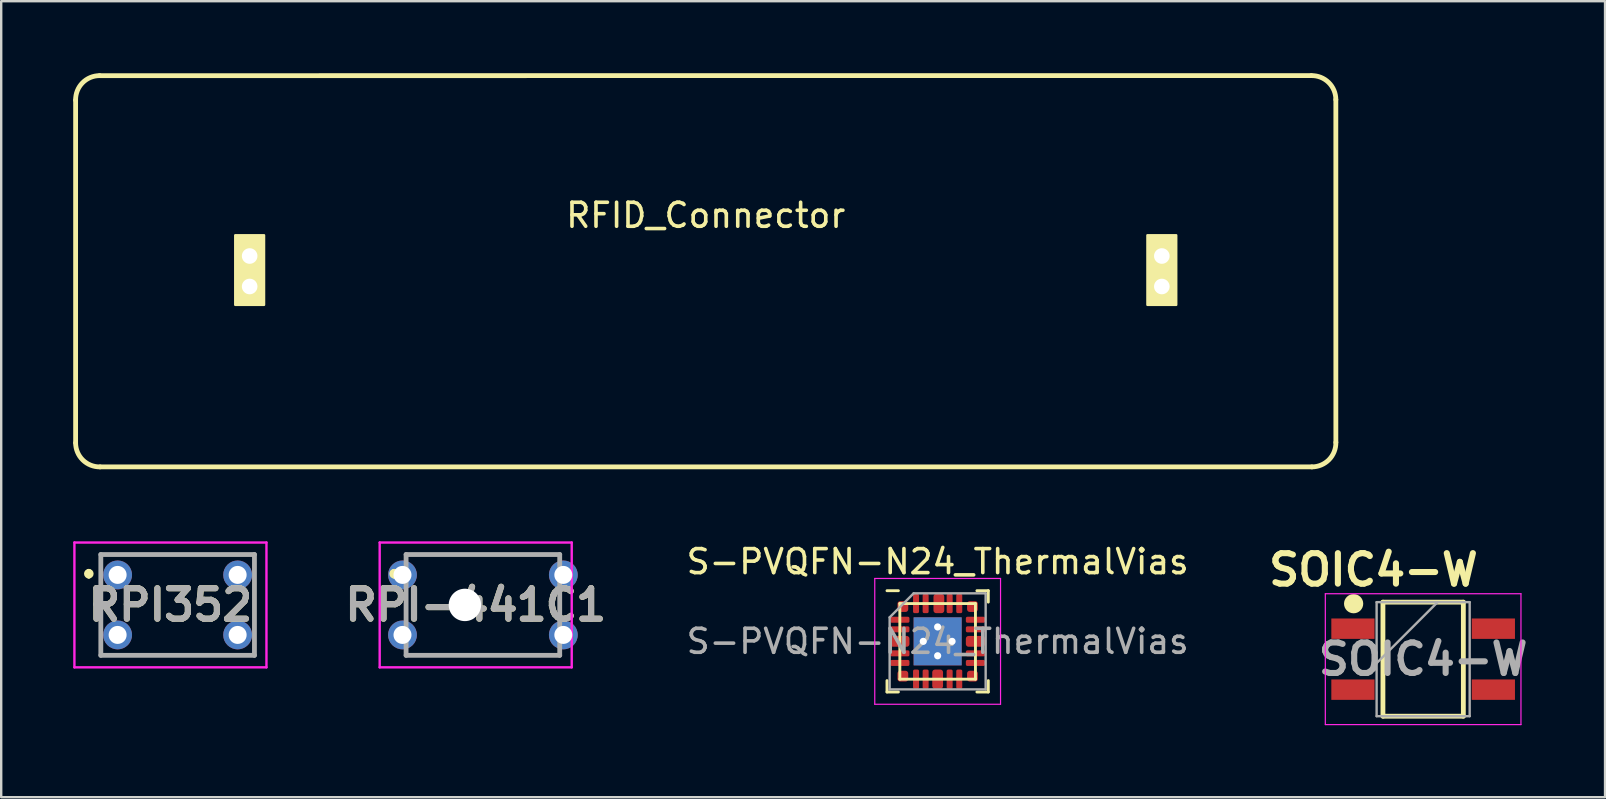
<source format=kicad_pcb>
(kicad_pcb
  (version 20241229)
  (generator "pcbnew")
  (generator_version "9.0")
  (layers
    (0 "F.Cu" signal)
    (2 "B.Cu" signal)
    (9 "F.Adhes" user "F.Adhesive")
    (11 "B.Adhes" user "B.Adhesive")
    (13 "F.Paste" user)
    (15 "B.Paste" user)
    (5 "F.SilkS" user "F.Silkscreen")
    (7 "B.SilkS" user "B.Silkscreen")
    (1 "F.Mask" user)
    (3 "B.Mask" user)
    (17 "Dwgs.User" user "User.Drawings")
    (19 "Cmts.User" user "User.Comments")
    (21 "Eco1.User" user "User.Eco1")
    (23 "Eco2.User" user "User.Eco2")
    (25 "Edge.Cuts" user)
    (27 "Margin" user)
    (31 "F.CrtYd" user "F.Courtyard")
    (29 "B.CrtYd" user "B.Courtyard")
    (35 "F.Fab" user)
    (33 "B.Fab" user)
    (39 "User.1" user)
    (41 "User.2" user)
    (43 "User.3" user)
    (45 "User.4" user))
  (footprint "S-PVQFN-N24_ThermalVias"
    (layer "F.Cu")
    (at 36.011 23.668)
    (property "Reference" "S-PVQFN-N24_ThermalVias" (at 0 -3.32 0) (layer "F.SilkS") (effects (font (size 1 1) (thickness 0.15))))
    (attr smd)
    (fp_line (start -2.11 2.11) (end -2.11 1.635) (stroke (width 0.12) (type solid)) (layer "F.SilkS"))
    (fp_line (start -1.635 -2.11) (end -2.11 -2.11) (stroke (width 0.12) (type solid)) (layer "F.SilkS"))
    (fp_line (start -1.635 2.11) (end -2.11 2.11) (stroke (width 0.12) (type solid)) (layer "F.SilkS"))
    (fp_line (start -1.575 -1.575) (end 1.575 -1.575) (stroke (width 0.12) (type solid)) (layer "F.SilkS"))
    (fp_line (start -1.575 1.575) (end -1.575 -1.575) (stroke (width 0.12) (type solid)) (layer "F.SilkS"))
    (fp_line (start 1.575 -1.575) (end 1.575 1.575) (stroke (width 0.12) (type solid)) (layer "F.SilkS"))
    (fp_line (start 1.575 1.575) (end -1.575 1.575) (stroke (width 0.12) (type solid)) (layer "F.SilkS"))
    (fp_line (start 1.635 -2.11) (end 2.11 -2.11) (stroke (width 0.12) (type solid)) (layer "F.SilkS"))
    (fp_line (start 1.635 2.11) (end 2.11 2.11) (stroke (width 0.12) (type solid)) (layer "F.SilkS"))
    (fp_line (start 2.11 -2.11) (end 2.11 -1.635) (stroke (width 0.12) (type solid)) (layer "F.SilkS"))
    (fp_line (start 2.11 2.11) (end 2.11 1.635) (stroke (width 0.12) (type solid)) (layer "F.SilkS"))
    (fp_line (start -2.62 -2.62) (end -2.62 2.62) (stroke (width 0.05) (type solid)) (layer "F.CrtYd"))
    (fp_line (start -2.62 2.62) (end 2.62 2.62) (stroke (width 0.05) (type solid)) (layer "F.CrtYd"))
    (fp_line (start 2.62 -2.62) (end -2.62 -2.62) (stroke (width 0.05) (type solid)) (layer "F.CrtYd"))
    (fp_line (start 2.62 2.62) (end 2.62 -2.62) (stroke (width 0.05) (type solid)) (layer "F.CrtYd"))
    (fp_line (start -2 -1) (end -1 -2) (stroke (width 0.1) (type solid)) (layer "F.Fab"))
    (fp_line (start -2 2) (end -2 -1) (stroke (width 0.1) (type solid)) (layer "F.Fab"))
    (fp_line (start -1 -2) (end 2 -2) (stroke (width 0.1) (type solid)) (layer "F.Fab"))
    (fp_line (start 2 -2) (end 2 2) (stroke (width 0.1) (type solid)) (layer "F.Fab"))
    (fp_line (start 2 2) (end -2 2) (stroke (width 0.1) (type solid)) (layer "F.Fab"))
    (fp_text user "${REFERENCE}" (at 0 0 0) (layer "F.Fab") (effects (font (size 1 1) (thickness 0.15))))
    (pad "" smd roundrect (at -0.525 -0.525) (size 0.88 0.88) (layers "F.Paste") (roundrect_rratio 0.25))
    (pad "" smd roundrect (at -0.525 0.525) (size 0.88 0.88) (layers "F.Paste") (roundrect_rratio 0.25))
    (pad "" smd roundrect (at 0.525 -0.525) (size 0.88 0.88) (layers "F.Paste") (roundrect_rratio 0.25))
    (pad "" smd roundrect (at 0.525 0.525) (size 0.88 0.88) (layers "F.Paste") (roundrect_rratio 0.25))
    (pad "1" smd roundrect (at -1.575 -0.9) (size 0.8 0.25) (layers "F.Cu" "F.Mask" "F.Paste") (roundrect_rratio 0.25))
    (pad "2" smd roundrect (at -1.575 -0.5) (size 0.8 0.25) (layers "F.Cu" "F.Mask" "F.Paste") (roundrect_rratio 0.25))
    (pad "3" smd roundrect (at -1.575 0) (size 0.8 0.45) (layers "F.Cu" "F.Mask" "F.Paste") (roundrect_rratio 0.25))
    (pad "4" smd roundrect (at -1.575 0.5) (size 0.8 0.25) (layers "F.Cu" "F.Mask" "F.Paste") (roundrect_rratio 0.25))
    (pad "5" smd roundrect (at -1.575 0.9) (size 0.8 0.25) (layers "F.Cu" "F.Mask" "F.Paste") (roundrect_rratio 0.25))
    (pad "6" smd roundrect (at -1.45 1.45) (size 0.45 0.45) (layers "F.Cu" "F.Mask" "F.Paste") (roundrect_rratio 0.25))
    (pad "7" smd roundrect (at -0.9 1.575) (size 0.25 0.8) (layers "F.Cu" "F.Mask" "F.Paste") (roundrect_rratio 0.25))
    (pad "8" smd roundrect (at -0.5 1.575) (size 0.25 0.8) (layers "F.Cu" "F.Mask" "F.Paste") (roundrect_rratio 0.25))
    (pad "9" smd roundrect (at 0 1.575) (size 0.45 0.8) (layers "F.Cu" "F.Mask" "F.Paste") (roundrect_rratio 0.25))
    (pad "10" smd roundrect (at 0.5 1.575) (size 0.25 0.8) (layers "F.Cu" "F.Mask" "F.Paste") (roundrect_rratio 0.25))
    (pad "11" smd roundrect (at 0.9 1.575) (size 0.25 0.8) (layers "F.Cu" "F.Mask" "F.Paste") (roundrect_rratio 0.25))
    (pad "12" smd roundrect (at 1.45 1.45) (size 0.45 0.45) (layers "F.Cu" "F.Mask" "F.Paste") (roundrect_rratio 0.25))
    (pad "13" smd roundrect (at 1.575 0.9) (size 0.8 0.25) (layers "F.Cu" "F.Mask" "F.Paste") (roundrect_rratio 0.25))
    (pad "14" smd roundrect (at 1.575 0.5) (size 0.8 0.25) (layers "F.Cu" "F.Mask" "F.Paste") (roundrect_rratio 0.25))
    (pad "15" smd roundrect (at 1.575 0) (size 0.8 0.45) (layers "F.Cu" "F.Mask" "F.Paste") (roundrect_rratio 0.25))
    (pad "16" smd roundrect (at 1.575 -0.5) (size 0.8 0.25) (layers "F.Cu" "F.Mask" "F.Paste") (roundrect_rratio 0.25))
    (pad "17" smd roundrect (at 1.575 -0.9) (size 0.8 0.25) (layers "F.Cu" "F.Mask" "F.Paste") (roundrect_rratio 0.25))
    (pad "18" smd roundrect (at 1.45 -1.45) (size 0.45 0.45) (layers "F.Cu" "F.Mask" "F.Paste") (roundrect_rratio 0.25))
    (pad "19" smd roundrect (at 0.9 -1.575) (size 0.25 0.8) (layers "F.Cu" "F.Mask" "F.Paste") (roundrect_rratio 0.25))
    (pad "20" smd roundrect (at 0.5 -1.575) (size 0.25 0.8) (layers "F.Cu" "F.Mask" "F.Paste") (roundrect_rratio 0.25))
    (pad "21" smd roundrect (at 0.051 -1.575) (size 0.45 0.8) (layers "F.Cu" "F.Mask" "F.Paste") (roundrect_rratio 0.25))
    (pad "22" smd roundrect (at -0.5 -1.575) (size 0.25 0.8) (layers "F.Cu" "F.Mask" "F.Paste") (roundrect_rratio 0.25))
    (pad "23" smd roundrect (at -0.9 -1.575) (size 0.25 0.8) (layers "F.Cu" "F.Mask" "F.Paste") (roundrect_rratio 0.25))
    (pad "24" smd roundrect (at -1.45 -1.45) (size 0.45 0.45) (layers "F.Cu" "F.Mask" "F.Paste") (roundrect_rratio 0.25))
    (pad "25" thru_hole circle (at -0.6 0) (size 0.6 0.6) (drill 0.3) (layers "*.Cu"))
    (pad "25" thru_hole circle (at 0 -0.6) (size 0.6 0.6) (drill 0.3) (layers "*.Cu"))
    (pad "25" smd rect (at 0 0) (size 2 2) (layers "F.Cu" "F.Mask"))
    (pad "25" smd rect (at 0 0) (size 2 2) (layers "B.Cu"))
    (pad "25" thru_hole circle (at 0 0.6) (size 0.6 0.6) (drill 0.3) (layers "*.Cu"))
    (pad "25" thru_hole circle (at 0.6 0) (size 0.6 0.6) (drill 0.3) (layers "*.Cu")))
  (footprint "SOIC4-W"
    (layer "F.Cu")
    (at 56.236 24.41)
    (property "Reference" "SOIC4-W" (at -2.07 -3.721 0) (layer "F.SilkS") (effects (font (size 1.27 1.27) (thickness 0.254))))
    (attr smd)
    (fp_line (start -1.675 -2.375) (end 1.675 -2.375) (stroke (width 0.2) (type solid)) (layer "F.SilkS"))
    (fp_line (start -1.675 2.375) (end -1.675 -2.375) (stroke (width 0.2) (type solid)) (layer "F.SilkS"))
    (fp_line (start 1.675 -2.375) (end 1.675 2.375) (stroke (width 0.2) (type solid)) (layer "F.SilkS"))
    (fp_line (start 1.675 2.375) (end -1.675 2.375) (stroke (width 0.2) (type solid)) (layer "F.SilkS"))
    (fp_circle (center -2.896 -2.311) (end -2.696 -2.311) (stroke (width 0.4) (type solid)) (fill no) (layer "F.SilkS"))
    (fp_line (start -4.075 -2.725) (end 4.075 -2.725) (stroke (width 0.05) (type solid)) (layer "F.CrtYd"))
    (fp_line (start -4.075 2.725) (end -4.075 -2.725) (stroke (width 0.05) (type solid)) (layer "F.CrtYd"))
    (fp_line (start 4.075 -2.725) (end 4.075 2.725) (stroke (width 0.05) (type solid)) (layer "F.CrtYd"))
    (fp_line (start 4.075 2.725) (end -4.075 2.725) (stroke (width 0.05) (type solid)) (layer "F.CrtYd"))
    (fp_line (start -1.938 -2.375) (end 1.938 -2.375) (stroke (width 0.1) (type solid)) (layer "F.Fab"))
    (fp_line (start -1.938 0.165) (end 0.602 -2.375) (stroke (width 0.1) (type solid)) (layer "F.Fab"))
    (fp_line (start -1.938 2.375) (end -1.938 -2.375) (stroke (width 0.1) (type solid)) (layer "F.Fab"))
    (fp_line (start 1.938 -2.375) (end 1.938 2.375) (stroke (width 0.1) (type solid)) (layer "F.Fab"))
    (fp_line (start 1.938 2.375) (end -1.938 2.375) (stroke (width 0.1) (type solid)) (layer "F.Fab"))
    (fp_text user "${REFERENCE}" (at 0 0 0) (layer "F.Fab") (effects (font (size 1.27 1.27) (thickness 0.254))))
    (pad "1" smd rect (at -2.925 -1.27 90) (size 0.85 1.8) (layers "F.Cu" "F.Mask" "F.Paste"))
    (pad "2" smd rect (at -2.925 1.27 90) (size 0.85 1.8) (layers "F.Cu" "F.Mask" "F.Paste"))
    (pad "3" smd rect (at 2.925 1.27 90) (size 0.85 1.8) (layers "F.Cu" "F.Mask" "F.Paste"))
    (pad "4" smd rect (at 2.925 -1.27 90) (size 0.85 1.8) (layers "F.Cu" "F.Mask" "F.Paste")))
  (footprint "RPI352"
    (layer "F.Cu")
    (at 4.35 22.15)
    (property "Reference" "RPI352" (at -0.3 0 0) (layer "F.SilkS") (effects (font (size 1.27 1.27) (thickness 0.254))))
    (attr through_hole)
    (fp_line (start -3.7 -1.4) (end -3.7 -1.4) (stroke (width 0.2) (type solid)) (layer "F.SilkS"))
    (fp_line (start -3.7 -1.2) (end -3.7 -1.2) (stroke (width 0.2) (type solid)) (layer "F.SilkS"))
    (fp_line (start -3.2 -2.1) (end 3.2 -2.1) (stroke (width 0.1) (type solid)) (layer "F.SilkS"))
    (fp_line (start -3.2 -0.5) (end -3.2 0.5) (stroke (width 0.1) (type solid)) (layer "F.SilkS"))
    (fp_line (start -3.2 2.1) (end -1 2.1) (stroke (width 0.1) (type solid)) (layer "F.SilkS"))
    (fp_line (start 1 2.1) (end 3.2 2.1) (stroke (width 0.1) (type solid)) (layer "F.SilkS"))
    (fp_line (start 3.2 -0.5) (end 3.2 -0.5) (stroke (width 0.1) (type solid)) (layer "F.SilkS"))
    (fp_line (start 3.2 -0.5) (end 3.2 0.5) (stroke (width 0.1) (type solid)) (layer "F.SilkS"))
    (fp_arc (start -3.7 -1.4) (mid -3.6 -1.3) (end -3.7 -1.2) (stroke (width 0.2) (type solid)) (layer "F.SilkS"))
    (fp_arc (start -3.7 -1.2) (mid -3.8 -1.3) (end -3.7 -1.4) (stroke (width 0.2) (type solid)) (layer "F.SilkS"))
    (fp_line (start -4.3 -2.6) (end 3.7 -2.6) (stroke (width 0.1) (type solid)) (layer "F.CrtYd"))
    (fp_line (start -4.3 2.6) (end -4.3 -2.6) (stroke (width 0.1) (type solid)) (layer "F.CrtYd"))
    (fp_line (start 3.7 -2.6) (end 3.7 2.6) (stroke (width 0.1) (type solid)) (layer "F.CrtYd"))
    (fp_line (start 3.7 2.6) (end -4.3 2.6) (stroke (width 0.1) (type solid)) (layer "F.CrtYd"))
    (fp_line (start -3.2 -2.1) (end 3.2 -2.1) (stroke (width 0.2) (type solid)) (layer "F.Fab"))
    (fp_line (start -3.2 2.1) (end -3.2 -2.1) (stroke (width 0.2) (type solid)) (layer "F.Fab"))
    (fp_line (start 3.2 -2.1) (end 3.2 2.1) (stroke (width 0.2) (type solid)) (layer "F.Fab"))
    (fp_line (start 3.2 2.1) (end -3.2 2.1) (stroke (width 0.2) (type solid)) (layer "F.Fab"))
    (fp_text user "${REFERENCE}" (at -0.3 0 0) (layer "F.Fab") (effects (font (size 1.27 1.27) (thickness 0.254))))
    (pad "" np_thru_hole circle (at 0 -1.25) (size 0.001 0.001) (drill 1.2) (layers "*.Cu" "*.Mask"))
    (pad "" np_thru_hole circle (at 0 1.25) (size 0.001 0.001) (drill 1.6) (layers "*.Cu" "*.Mask"))
    (pad "1" thru_hole circle (at -2.5 -1.25) (size 1.2 1.2) (drill 0.75) (layers "*.Cu" "*.Mask"))
    (pad "2" thru_hole circle (at -2.5 1.25) (size 1.2 1.2) (drill 0.75) (layers "*.Cu" "*.Mask"))
    (pad "3" thru_hole circle (at 2.5 1.25) (size 1.2 1.2) (drill 0.75) (layers "*.Cu" "*.Mask"))
    (pad "4" thru_hole circle (at 2.5 -1.25) (size 1.2 1.2) (drill 0.75) (layers "*.Cu" "*.Mask")))
  (footprint "RFID_Connector"
    (layer "F.Cu")
    (at 26.35 8.25)
    (property "Reference" "RFID_Connector" (at 0 -2.33 0) (layer "F.SilkS") (effects (font (size 1 1) (thickness 0.15))))
    (attr through_hole)
    (fp_line (start -26.25 -7.13) (end -26.25 7.15) (stroke (width 0.2) (type solid)) (layer "F.SilkS"))
    (fp_line (start -25.25 -8.149) (end 25.23 -8.15) (stroke (width 0.2) (type solid)) (layer "F.SilkS"))
    (fp_line (start -25.231 8.15) (end 25.25 8.15) (stroke (width 0.2) (type solid)) (layer "F.SilkS"))
    (fp_line (start 26.25 7.131) (end 26.249 -7.15) (stroke (width 0.2) (type solid)) (layer "F.SilkS"))
    (fp_arc (start -26.25 -7.13) (mid -25.964046 -7.849484) (end -25.250184 -8.149197) (stroke (width 0.2) (type solid)) (layer "F.SilkS"))
    (fp_arc (start -25.230803 8.149816) (mid -25.950287 7.863862) (end -26.25 7.15) (stroke (width 0.2) (type solid)) (layer "F.SilkS"))
    (fp_arc (start 25.23 -8.15) (mid 25.949484 -7.864046) (end 26.249197 -7.150184) (stroke (width 0.2) (type solid)) (layer "F.SilkS"))
    (fp_arc (start 26.249816 7.130803) (mid 25.963862 7.850287) (end 25.25 8.15) (stroke (width 0.2) (type solid)) (layer "F.SilkS"))
    (fp_poly (pts (xy -18.4 1.4) (xy -19.6 1.4) (xy -19.6 -1.5) (xy -18.4 -1.5)) (stroke (width 0.1) (type solid)) (fill yes) (layer "F.SilkS"))
    (fp_poly (pts (xy 19.6 1.4) (xy 18.4 1.4) (xy 18.4 -1.5) (xy 19.6 -1.5)) (stroke (width 0.1) (type solid)) (fill yes) (layer "F.SilkS"))
    (pad "" thru_hole rect (at 19 -0.635) (size 1 1) (drill 0.65) (layers "*.Cu" "*.Mask"))
    (pad "" thru_hole oval (at 19 0.635) (size 1 1) (drill 0.65) (layers "*.Cu" "*.Mask"))
    (pad "1" thru_hole rect (at -19 -0.635) (size 1 1) (drill 0.65) (layers "*.Cu" "*.Mask"))
    (pad "2" thru_hole oval (at -19 0.635) (size 1 1) (drill 0.65) (layers "*.Cu" "*.Mask")))
  (footprint "RPI-441C1"
    (layer "F.Cu")
    (at 17.067 22.15)
    (property "Reference" "RPI-441C1" (at -0.3 0 0) (layer "F.SilkS") (effects (font (size 1.27 1.27) (thickness 0.254))))
    (attr through_hole)
    (fp_line (start -3.7 -1.4) (end -3.7 -1.4) (stroke (width 0.2) (type solid)) (layer "F.SilkS"))
    (fp_line (start -3.7 -1.2) (end -3.7 -1.2) (stroke (width 0.2) (type solid)) (layer "F.SilkS"))
    (fp_line (start -3.2 -2.1) (end 3.2 -2.1) (stroke (width 0.1) (type solid)) (layer "F.SilkS"))
    (fp_line (start -3.2 -0.5) (end -3.2 0.5) (stroke (width 0.1) (type solid)) (layer "F.SilkS"))
    (fp_line (start -3.2 2.1) (end -1 2.1) (stroke (width 0.1) (type solid)) (layer "F.SilkS"))
    (fp_line (start 1 2.1) (end 3.2 2.1) (stroke (width 0.1) (type solid)) (layer "F.SilkS"))
    (fp_line (start 3.2 -0.5) (end 3.2 -0.5) (stroke (width 0.1) (type solid)) (layer "F.SilkS"))
    (fp_line (start 3.2 -0.5) (end 3.2 0.5) (stroke (width 0.1) (type solid)) (layer "F.SilkS"))
    (fp_arc (start -3.7 -1.4) (mid -3.6 -1.3) (end -3.7 -1.2) (stroke (width 0.2) (type solid)) (layer "F.SilkS"))
    (fp_arc (start -3.7 -1.2) (mid -3.8 -1.3) (end -3.7 -1.4) (stroke (width 0.2) (type solid)) (layer "F.SilkS"))
    (fp_line (start -4.3 -2.6) (end 3.7 -2.6) (stroke (width 0.1) (type solid)) (layer "F.CrtYd"))
    (fp_line (start -4.3 2.6) (end -4.3 -2.6) (stroke (width 0.1) (type solid)) (layer "F.CrtYd"))
    (fp_line (start 3.7 -2.6) (end 3.7 2.6) (stroke (width 0.1) (type solid)) (layer "F.CrtYd"))
    (fp_line (start 3.7 2.6) (end -4.3 2.6) (stroke (width 0.1) (type solid)) (layer "F.CrtYd"))
    (fp_line (start -3.2 -2.1) (end 3.2 -2.1) (stroke (width 0.2) (type solid)) (layer "F.Fab"))
    (fp_line (start -3.2 2.1) (end -3.2 -2.1) (stroke (width 0.2) (type solid)) (layer "F.Fab"))
    (fp_line (start 3.2 -2.1) (end 3.2 2.1) (stroke (width 0.2) (type solid)) (layer "F.Fab"))
    (fp_line (start 3.2 2.1) (end -3.2 2.1) (stroke (width 0.2) (type solid)) (layer "F.Fab"))
    (fp_text user "${REFERENCE}" (at -0.3 0 0) (layer "F.Fab") (effects (font (size 1.27 1.27) (thickness 0.254))))
    (pad "" np_thru_hole circle (at -0.75 0) (size 1.35 1.35) (drill 1.35) (layers "*.Cu" "*.Mask"))
    (pad "1" thru_hole circle (at -3.35 -1.25) (size 1.2 1.2) (drill 0.75) (layers "*.Cu" "*.Mask"))
    (pad "2" thru_hole circle (at -3.35 1.25) (size 1.2 1.2) (drill 0.75) (layers "*.Cu" "*.Mask"))
    (pad "3" thru_hole circle (at 3.35 1.25) (size 1.2 1.2) (drill 0.75) (layers "*.Cu" "*.Mask"))
    (pad "4" thru_hole circle (at 3.35 -1.25) (size 1.2 1.2) (drill 0.75) (layers "*.Cu" "*.Mask")))
  (gr_rect
    (start -3 -3)
    (end 63.814 30.16)
    (stroke (width 0.1) (type default))
    (fill no)
    (layer "Edge.Cuts")))
</source>
